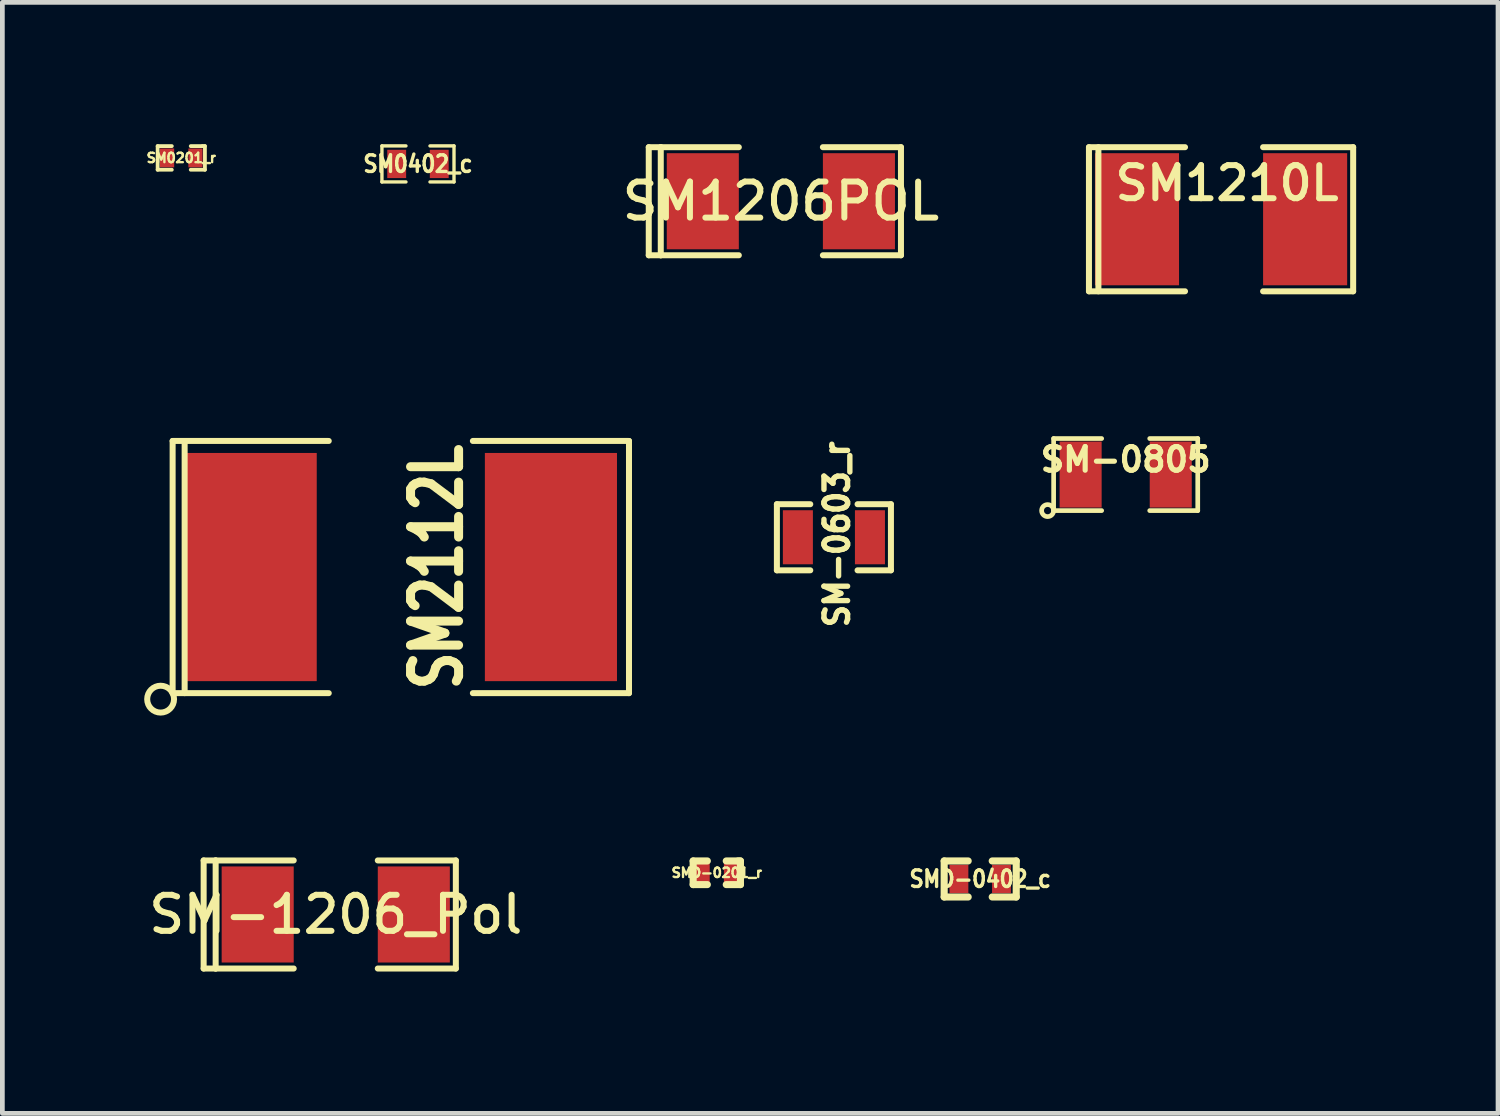
<source format=kicad_pcb>
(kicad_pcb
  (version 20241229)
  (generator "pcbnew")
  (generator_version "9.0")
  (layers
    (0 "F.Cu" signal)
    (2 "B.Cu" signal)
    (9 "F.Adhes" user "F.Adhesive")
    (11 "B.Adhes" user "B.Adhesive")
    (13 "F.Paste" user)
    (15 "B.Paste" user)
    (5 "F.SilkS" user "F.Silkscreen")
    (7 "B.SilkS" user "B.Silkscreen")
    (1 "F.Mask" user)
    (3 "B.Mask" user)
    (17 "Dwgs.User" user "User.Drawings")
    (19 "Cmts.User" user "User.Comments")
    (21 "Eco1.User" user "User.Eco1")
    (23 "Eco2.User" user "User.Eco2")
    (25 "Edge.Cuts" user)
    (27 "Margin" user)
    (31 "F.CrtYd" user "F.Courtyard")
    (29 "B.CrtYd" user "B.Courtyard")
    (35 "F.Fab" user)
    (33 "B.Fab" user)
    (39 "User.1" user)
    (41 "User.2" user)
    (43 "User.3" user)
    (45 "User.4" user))
  (footprint "SM1206POL"
    (layer "F.Cu")
    (at 13.465 1.206)
    (property "Reference" "SM1206POL" (at 0 0 0) (layer "F.SilkS") (effects (font (size 0.762 0.762) (thickness 0.127))))
    (attr smd)
    (fp_line (start -2.794 -1.143) (end -2.794 1.143) (stroke (width 0.127) (type solid)) (layer "F.SilkS"))
    (fp_line (start -2.794 1.143) (end -2.54 1.143) (stroke (width 0.127) (type solid)) (layer "F.SilkS"))
    (fp_line (start -2.54 -1.143) (end -2.794 -1.143) (stroke (width 0.127) (type solid)) (layer "F.SilkS"))
    (fp_line (start -2.54 -1.143) (end -2.54 1.143) (stroke (width 0.127) (type solid)) (layer "F.SilkS"))
    (fp_line (start -2.54 1.143) (end -0.889 1.143) (stroke (width 0.127) (type solid)) (layer "F.SilkS"))
    (fp_line (start -0.889 -1.143) (end -2.54 -1.143) (stroke (width 0.127) (type solid)) (layer "F.SilkS"))
    (fp_line (start 0.889 -1.143) (end 2.54 -1.143) (stroke (width 0.127) (type solid)) (layer "F.SilkS"))
    (fp_line (start 2.54 -1.143) (end 2.54 1.143) (stroke (width 0.127) (type solid)) (layer "F.SilkS"))
    (fp_line (start 2.54 1.143) (end 0.889 1.143) (stroke (width 0.127) (type solid)) (layer "F.SilkS"))
    (pad "1" smd rect (at -1.651 0) (size 1.524 2.032) (layers "F.Cu" "F.Mask" "F.Paste"))
    (pad "2" smd rect (at 1.651 0) (size 1.524 2.032) (layers "F.Cu" "F.Mask" "F.Paste")))
  (footprint "SM2112L"
    (layer "F.Cu")
    (at 5.427 8.943)
    (property "Reference" "SM2112L" (at 0.762 0 90) (layer "F.SilkS") (effects (font (size 1.016 0.762) (thickness 0.203))))
    (attr smd)
    (fp_line (start -4.826 -2.667) (end -4.826 2.667) (stroke (width 0.127) (type solid)) (layer "F.SilkS"))
    (fp_line (start -4.572 -2.667) (end -4.572 2.667) (stroke (width 0.127) (type solid)) (layer "F.SilkS"))
    (fp_line (start -1.524 -2.667) (end -4.826 -2.667) (stroke (width 0.127) (type solid)) (layer "F.SilkS"))
    (fp_line (start -1.524 2.667) (end -4.826 2.667) (stroke (width 0.127) (type solid)) (layer "F.SilkS"))
    (fp_line (start 1.524 -2.667) (end 4.826 -2.667) (stroke (width 0.127) (type solid)) (layer "F.SilkS"))
    (fp_line (start 4.826 -2.667) (end 4.826 2.667) (stroke (width 0.127) (type solid)) (layer "F.SilkS"))
    (fp_line (start 4.826 2.667) (end 1.524 2.667) (stroke (width 0.127) (type solid)) (layer "F.SilkS"))
    (fp_circle (center -5.08 2.794) (end -4.826 2.667) (stroke (width 0.127) (type solid)) (fill no) (layer "F.SilkS"))
    (pad "1" smd rect (at -3.175 0) (size 2.794 4.826) (layers "F.Cu" "F.Mask" "F.Paste"))
    (pad "2" smd rect (at 3.175 0) (size 2.794 4.826) (layers "F.Cu" "F.Mask" "F.Paste")))
  (footprint "SMD-0201_r"
    (layer "F.Cu")
    (at 12.11 15.409)
    (property "Reference" "SMD-0201_r" (at 0 0 0) (layer "F.SilkS") (effects (font (size 0.2 0.2) (thickness 0.05))))
    (attr smd)
    (fp_line (start -0.5 -0.25) (end -0.5 0.25) (stroke (width 0.15) (type solid)) (layer "F.SilkS"))
    (fp_line (start -0.5 0.25) (end -0.2 0.25) (stroke (width 0.15) (type solid)) (layer "F.SilkS"))
    (fp_line (start -0.2 -0.25) (end -0.5 -0.25) (stroke (width 0.15) (type solid)) (layer "F.SilkS"))
    (fp_line (start 0.2 -0.25) (end 0.45 -0.25) (stroke (width 0.15) (type solid)) (layer "F.SilkS"))
    (fp_line (start 0.45 -0.25) (end 0.5 -0.25) (stroke (width 0.15) (type solid)) (layer "F.SilkS"))
    (fp_line (start 0.5 -0.25) (end 0.5 0.25) (stroke (width 0.15) (type solid)) (layer "F.SilkS"))
    (fp_line (start 0.5 0.25) (end 0.2 0.25) (stroke (width 0.15) (type solid)) (layer "F.SilkS"))
    (pad "1" smd rect (at -0.3 0) (size 0.3 0.4) (layers "F.Cu" "F.Mask" "F.Paste"))
    (pad "2" smd rect (at 0.3 0) (size 0.3 0.4) (layers "F.Cu" "F.Mask" "F.Paste")))
  (footprint "SM-0603_r"
    (layer "F.Cu")
    (at 14.587 8.313)
    (property "Reference" "SM-0603_r" (at 0.064 -0.064 90) (layer "F.SilkS") (effects (font (size 0.5 0.457) (thickness 0.114))))
    (attr smd)
    (fp_line (start -1.206 -0.699) (end -1.206 0.699) (stroke (width 0.127) (type solid)) (layer "F.SilkS"))
    (fp_line (start -1.206 0.699) (end -0.5 0.699) (stroke (width 0.127) (type solid)) (layer "F.SilkS"))
    (fp_line (start -0.5 -0.699) (end -1.206 -0.699) (stroke (width 0.127) (type solid)) (layer "F.SilkS"))
    (fp_line (start 1.206 -0.699) (end 0.5 -0.699) (stroke (width 0.127) (type solid)) (layer "F.SilkS"))
    (fp_line (start 1.206 -0.699) (end 1.206 0.699) (stroke (width 0.127) (type solid)) (layer "F.SilkS"))
    (fp_line (start 1.206 0.699) (end 0.5 0.699) (stroke (width 0.127) (type solid)) (layer "F.SilkS"))
    (pad "1" smd rect (at -0.762 0) (size 0.635 1.143) (layers "F.Cu" "F.Mask" "F.Paste"))
    (pad "2" smd rect (at 0.762 0) (size 0.635 1.143) (layers "F.Cu" "F.Mask" "F.Paste")))
  (footprint "SM-1206_Pol"
    (layer "F.Cu")
    (at 4.051 16.291)
    (property "Reference" "SM-1206_Pol" (at 0 0 0) (layer "F.SilkS") (effects (font (size 0.762 0.762) (thickness 0.127))))
    (attr smd)
    (fp_line (start -2.794 -1.143) (end -2.794 1.143) (stroke (width 0.127) (type solid)) (layer "F.SilkS"))
    (fp_line (start -2.794 1.143) (end -2.54 1.143) (stroke (width 0.127) (type solid)) (layer "F.SilkS"))
    (fp_line (start -2.54 -1.143) (end -2.794 -1.143) (stroke (width 0.127) (type solid)) (layer "F.SilkS"))
    (fp_line (start -2.54 -1.143) (end -2.54 1.143) (stroke (width 0.127) (type solid)) (layer "F.SilkS"))
    (fp_line (start -2.54 1.143) (end -0.889 1.143) (stroke (width 0.127) (type solid)) (layer "F.SilkS"))
    (fp_line (start -0.889 -1.143) (end -2.54 -1.143) (stroke (width 0.127) (type solid)) (layer "F.SilkS"))
    (fp_line (start 0.889 -1.143) (end 2.54 -1.143) (stroke (width 0.127) (type solid)) (layer "F.SilkS"))
    (fp_line (start 2.54 -1.143) (end 2.54 1.143) (stroke (width 0.127) (type solid)) (layer "F.SilkS"))
    (fp_line (start 2.54 1.143) (end 0.889 1.143) (stroke (width 0.127) (type solid)) (layer "F.SilkS"))
    (pad "1" smd rect (at -1.651 0) (size 1.524 2.032) (layers "F.Cu" "F.Mask" "F.Paste"))
    (pad "2" smd rect (at 1.651 0) (size 1.524 2.032) (layers "F.Cu" "F.Mask" "F.Paste")))
  (footprint "SM1210L"
    (layer "F.Cu")
    (at 22.775 1.587)
    (property "Reference" "SM1210L" (at 0.127 -0.762 0) (layer "F.SilkS") (effects (font (size 0.7 0.7) (thickness 0.127))))
    (attr smd)
    (fp_line (start -2.794 -1.524) (end -2.794 1.524) (stroke (width 0.127) (type solid)) (layer "F.SilkS"))
    (fp_line (start -2.794 1.524) (end -0.762 1.524) (stroke (width 0.127) (type solid)) (layer "F.SilkS"))
    (fp_line (start -2.594 -1.524) (end -2.594 1.524) (stroke (width 0.127) (type solid)) (layer "F.SilkS"))
    (fp_line (start -0.762 -1.524) (end -2.794 -1.524) (stroke (width 0.127) (type solid)) (layer "F.SilkS"))
    (fp_line (start 0.889 1.524) (end 2.794 1.524) (stroke (width 0.127) (type solid)) (layer "F.SilkS"))
    (fp_line (start 2.794 -1.524) (end 0.889 -1.524) (stroke (width 0.127) (type solid)) (layer "F.SilkS"))
    (fp_line (start 2.794 1.524) (end 2.794 -1.524) (stroke (width 0.127) (type solid)) (layer "F.SilkS"))
    (pad "1" smd rect (at -1.778 0) (size 1.778 2.794) (layers "F.Cu" "F.Mask" "F.Paste"))
    (pad "2" smd rect (at 1.778 0) (size 1.778 2.794) (layers "F.Cu" "F.Mask" "F.Paste")))
  (footprint "SMD-0402_c"
    (layer "F.Cu")
    (at 17.681 15.54)
    (property "Reference" "SMD-0402_c" (at 0 0 0) (layer "F.SilkS") (effects (font (size 0.351 0.305) (thickness 0.071))))
    (attr smd)
    (fp_line (start -0.762 -0.381) (end -0.762 0.381) (stroke (width 0.15) (type solid)) (layer "F.SilkS"))
    (fp_line (start -0.762 0.381) (end -0.254 0.381) (stroke (width 0.15) (type solid)) (layer "F.SilkS"))
    (fp_line (start -0.254 -0.381) (end -0.762 -0.381) (stroke (width 0.15) (type solid)) (layer "F.SilkS"))
    (fp_line (start 0.254 -0.381) (end 0.762 -0.381) (stroke (width 0.15) (type solid)) (layer "F.SilkS"))
    (fp_line (start 0.762 -0.381) (end 0.762 0.381) (stroke (width 0.15) (type solid)) (layer "F.SilkS"))
    (fp_line (start 0.762 0.381) (end 0.254 0.381) (stroke (width 0.15) (type solid)) (layer "F.SilkS"))
    (pad "1" smd rect (at -0.45 0) (size 0.399 0.599) (layers "F.Cu" "F.Mask" "F.Paste"))
    (pad "2" smd rect (at 0.45 0) (size 0.399 0.599) (layers "F.Cu" "F.Mask" "F.Paste")))
  (footprint "SM0201_r"
    (layer "F.Cu")
    (at 0.784 0.29)
    (property "Reference" "SM0201_r" (at 0 0 0) (layer "F.SilkS") (effects (font (size 0.2 0.2) (thickness 0.05))))
    (attr smd)
    (fp_line (start -0.5 -0.25) (end -0.5 0.25) (stroke (width 0.08) (type solid)) (layer "F.SilkS"))
    (fp_line (start -0.5 0.25) (end -0.2 0.25) (stroke (width 0.08) (type solid)) (layer "F.SilkS"))
    (fp_line (start -0.2 -0.25) (end -0.5 -0.25) (stroke (width 0.08) (type solid)) (layer "F.SilkS"))
    (fp_line (start 0.2 -0.25) (end 0.45 -0.25) (stroke (width 0.08) (type solid)) (layer "F.SilkS"))
    (fp_line (start 0.45 -0.25) (end 0.5 -0.25) (stroke (width 0.08) (type solid)) (layer "F.SilkS"))
    (fp_line (start 0.5 -0.25) (end 0.5 0.25) (stroke (width 0.08) (type solid)) (layer "F.SilkS"))
    (fp_line (start 0.5 0.25) (end 0.2 0.25) (stroke (width 0.08) (type solid)) (layer "F.SilkS"))
    (pad "1" smd rect (at -0.3 0) (size 0.3 0.4) (layers "F.Cu" "F.Mask" "F.Paste"))
    (pad "2" smd rect (at 0.3 0) (size 0.3 0.4) (layers "F.Cu" "F.Mask" "F.Paste")))
  (footprint "SM0402_c"
    (layer "F.Cu")
    (at 5.79 0.417)
    (property "Reference" "SM0402_c" (at 0 0 0) (layer "F.SilkS") (effects (font (size 0.351 0.305) (thickness 0.071))))
    (attr smd)
    (fp_line (start -0.762 -0.381) (end -0.762 0.381) (stroke (width 0.071) (type solid)) (layer "F.SilkS"))
    (fp_line (start -0.762 0.381) (end -0.254 0.381) (stroke (width 0.071) (type solid)) (layer "F.SilkS"))
    (fp_line (start -0.254 -0.381) (end -0.762 -0.381) (stroke (width 0.071) (type solid)) (layer "F.SilkS"))
    (fp_line (start 0.254 -0.381) (end 0.762 -0.381) (stroke (width 0.071) (type solid)) (layer "F.SilkS"))
    (fp_line (start 0.762 -0.381) (end 0.762 0.381) (stroke (width 0.071) (type solid)) (layer "F.SilkS"))
    (fp_line (start 0.762 0.381) (end 0.254 0.381) (stroke (width 0.071) (type solid)) (layer "F.SilkS"))
    (pad "1" smd rect (at -0.45 0) (size 0.399 0.599) (layers "F.Cu" "F.Mask" "F.Paste"))
    (pad "2" smd rect (at 0.45 0) (size 0.399 0.599) (layers "F.Cu" "F.Mask" "F.Paste")))
  (footprint "SM-0805"
    (layer "F.Cu")
    (at 20.758 6.987)
    (property "Reference" "SM-0805" (at 0 -0.318 0) (layer "F.SilkS") (effects (font (size 0.5 0.5) (thickness 0.109))))
    (attr smd)
    (fp_line (start -1.524 -0.762) (end -0.508 -0.762) (stroke (width 0.099) (type solid)) (layer "F.SilkS"))
    (fp_line (start -1.524 0.762) (end -1.524 -0.762) (stroke (width 0.099) (type solid)) (layer "F.SilkS"))
    (fp_line (start -0.508 0.762) (end -1.524 0.762) (stroke (width 0.099) (type solid)) (layer "F.SilkS"))
    (fp_line (start 0.508 -0.762) (end 1.524 -0.762) (stroke (width 0.099) (type solid)) (layer "F.SilkS"))
    (fp_line (start 1.524 -0.762) (end 1.524 0.762) (stroke (width 0.099) (type solid)) (layer "F.SilkS"))
    (fp_line (start 1.524 0.762) (end 0.508 0.762) (stroke (width 0.099) (type solid)) (layer "F.SilkS"))
    (fp_circle (center -1.651 0.762) (end -1.651 0.635) (stroke (width 0.099) (type solid)) (fill no) (layer "F.SilkS"))
    (pad "1" smd rect (at -0.953 0) (size 0.889 1.397) (layers "F.Cu" "F.Mask" "F.Paste"))
    (pad "2" smd rect (at 0.953 0) (size 0.889 1.397) (layers "F.Cu" "F.Mask" "F.Paste")))
  (gr_rect
    (start -3 -3)
    (end 28.633 20.497)
    (stroke (width 0.1) (type default))
    (fill no)
    (layer "Edge.Cuts")))
</source>
